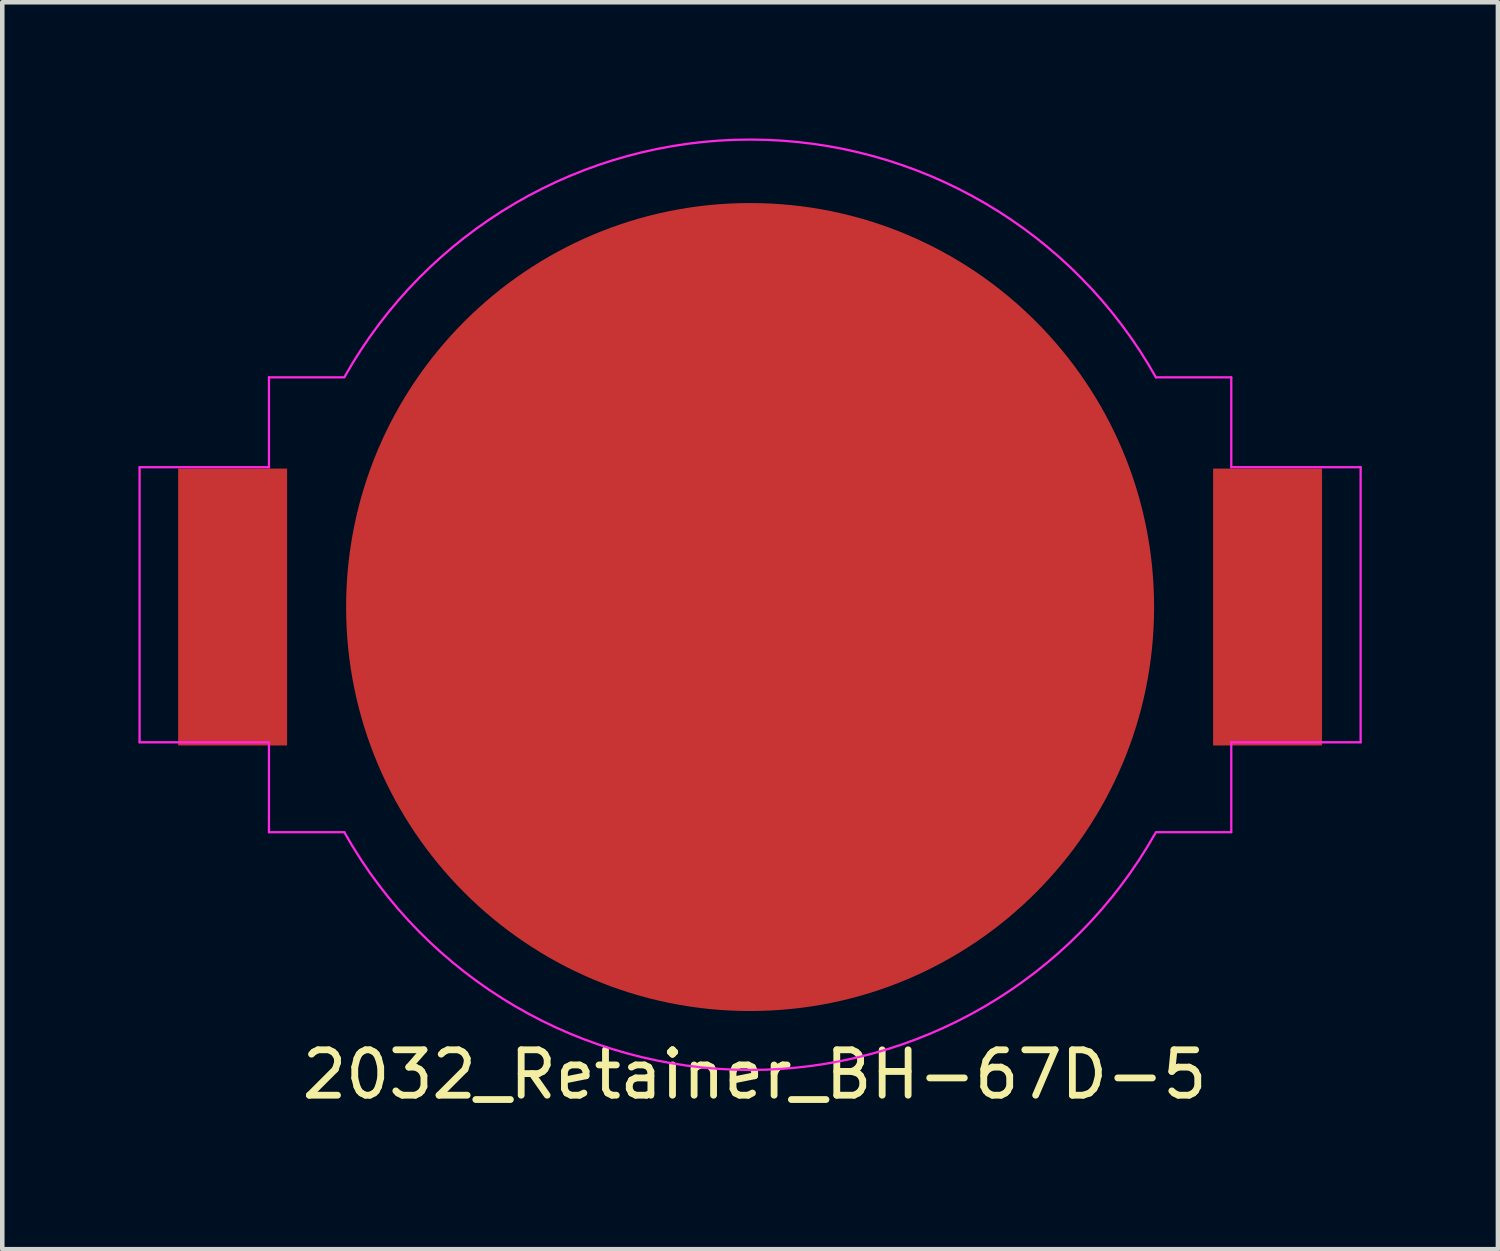
<source format=kicad_pcb>
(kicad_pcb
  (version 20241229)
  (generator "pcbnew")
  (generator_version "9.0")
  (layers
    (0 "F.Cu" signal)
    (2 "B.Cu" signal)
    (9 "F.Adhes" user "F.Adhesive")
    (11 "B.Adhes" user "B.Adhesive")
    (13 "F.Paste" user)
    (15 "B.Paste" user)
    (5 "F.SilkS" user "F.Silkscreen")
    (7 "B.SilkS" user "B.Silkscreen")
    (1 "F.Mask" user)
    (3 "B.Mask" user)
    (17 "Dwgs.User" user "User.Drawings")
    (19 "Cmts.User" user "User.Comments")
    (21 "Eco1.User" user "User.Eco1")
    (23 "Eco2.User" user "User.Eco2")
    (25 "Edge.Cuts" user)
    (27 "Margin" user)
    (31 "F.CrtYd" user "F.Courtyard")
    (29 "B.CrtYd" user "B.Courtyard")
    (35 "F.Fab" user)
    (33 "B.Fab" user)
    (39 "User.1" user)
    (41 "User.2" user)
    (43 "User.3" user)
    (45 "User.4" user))
  (footprint "2032_Retainer_BH-67D-5"
    (layer "F.Cu")
    (at 13.475 10.323)
    (property "Reference" "2032_Retainer_BH-67D-5" (at 0.1 10.3 0) (layer "F.SilkS") (effects (font (size 1 1) (thickness 0.15))))
    (attr through_hole)
    (fp_line (start -13.45 -3.08) (end -13.45 2.98) (stroke (width 0.05) (type solid)) (layer "F.CrtYd"))
    (fp_line (start -13.45 2.98) (end -10.6 2.98) (stroke (width 0.05) (type solid)) (layer "F.CrtYd"))
    (fp_line (start -10.6 -5.06) (end -10.6 -3.08) (stroke (width 0.05) (type solid)) (layer "F.CrtYd"))
    (fp_line (start -10.6 -3.08) (end -13.45 -3.08) (stroke (width 0.05) (type solid)) (layer "F.CrtYd"))
    (fp_line (start -10.6 4.96) (end -10.6 2.98) (stroke (width 0.05) (type solid)) (layer "F.CrtYd"))
    (fp_line (start -10.6 4.96) (end -8.94 4.96) (stroke (width 0.05) (type solid)) (layer "F.CrtYd"))
    (fp_line (start -8.94 -5.06) (end -10.6 -5.06) (stroke (width 0.05) (type solid)) (layer "F.CrtYd"))
    (fp_line (start 8.94 -5.06) (end 10.6 -5.06) (stroke (width 0.05) (type solid)) (layer "F.CrtYd"))
    (fp_line (start 8.94 4.96) (end 10.6 4.96) (stroke (width 0.05) (type solid)) (layer "F.CrtYd"))
    (fp_line (start 10.6 -5.06) (end 10.6 -3.08) (stroke (width 0.05) (type solid)) (layer "F.CrtYd"))
    (fp_line (start 10.6 -3.08) (end 13.45 -3.08) (stroke (width 0.05) (type solid)) (layer "F.CrtYd"))
    (fp_line (start 10.6 2.98) (end 13.45 2.98) (stroke (width 0.05) (type solid)) (layer "F.CrtYd"))
    (fp_line (start 10.6 4.96) (end 10.6 2.98) (stroke (width 0.05) (type solid)) (layer "F.CrtYd"))
    (fp_line (start 13.45 -3.08) (end 13.45 2.98) (stroke (width 0.05) (type solid)) (layer "F.CrtYd"))
    (fp_arc (start -8.934116 -5.070486) (mid 0.006012 -10.298106) (end 8.94 -5.06) (stroke (width 0.05) (type solid)) (layer "F.CrtYd"))
    (fp_arc (start 8.92534 4.986071) (mid -0.014955 10.198096) (end -8.94 4.96) (stroke (width 0.05) (type solid)) (layer "F.CrtYd"))
    (pad "1" smd rect (at -11.4 0 180) (size 2.4 6.1) (layers "F.Cu" "F.Mask" "F.Paste"))
    (pad "1" smd rect (at 11.4 0) (size 2.4 6.1) (layers "F.Cu" "F.Mask" "F.Paste"))
    (pad "2" smd circle (at 0 0) (size 17.8 17.8) (layers "F.Cu" "F.Mask")))
  (gr_rect
    (start -3 -3)
    (end 29.95 24.471)
    (stroke (width 0.1) (type default))
    (fill no)
    (layer "Edge.Cuts")))
</source>
